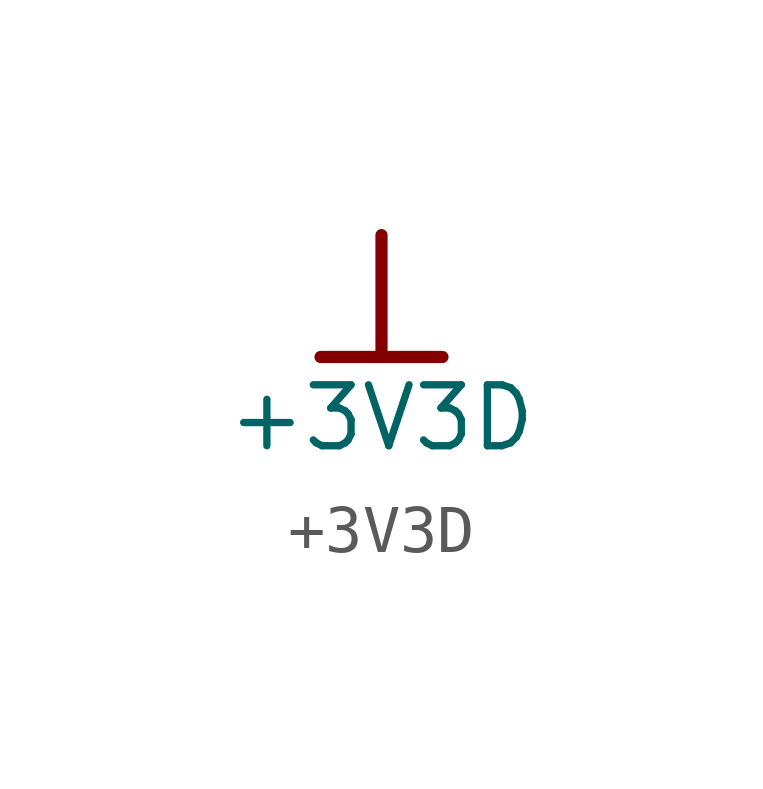
<source format=kicad_sym>
(kicad_symbol_lib
  (version 20220914)
  (generator kicad_symbol_editor)
  (symbol "+3V3D"
    (power)
    (property "Reference" "#PWR0156"
      (at 0 0 0)
      (effects (font (size 1.27 1.27)) hide))
    (property "Value" "+3V3D"
      (at 0 -3.81 0)
      (effects (font (size 1.27 1.27))))
    (symbol "+3V3D_0_0"
      (polyline (pts (xy -1.27 -2.54) (xy 1.27 -2.54)) (stroke (width 0.254) (type solid)) (fill (type none)))
      (polyline (pts (xy 0 0) (xy 0 -2.54)) (stroke (width 0.254) (type solid)) (fill (type none)))
      (pin power_in line (at 0 0 0) (length 0) hide (name "+3V3D" (effects (font (size 1.27 1.27)))) (number "" (effects (font (size 1.27 1.27))))))))
</source>
